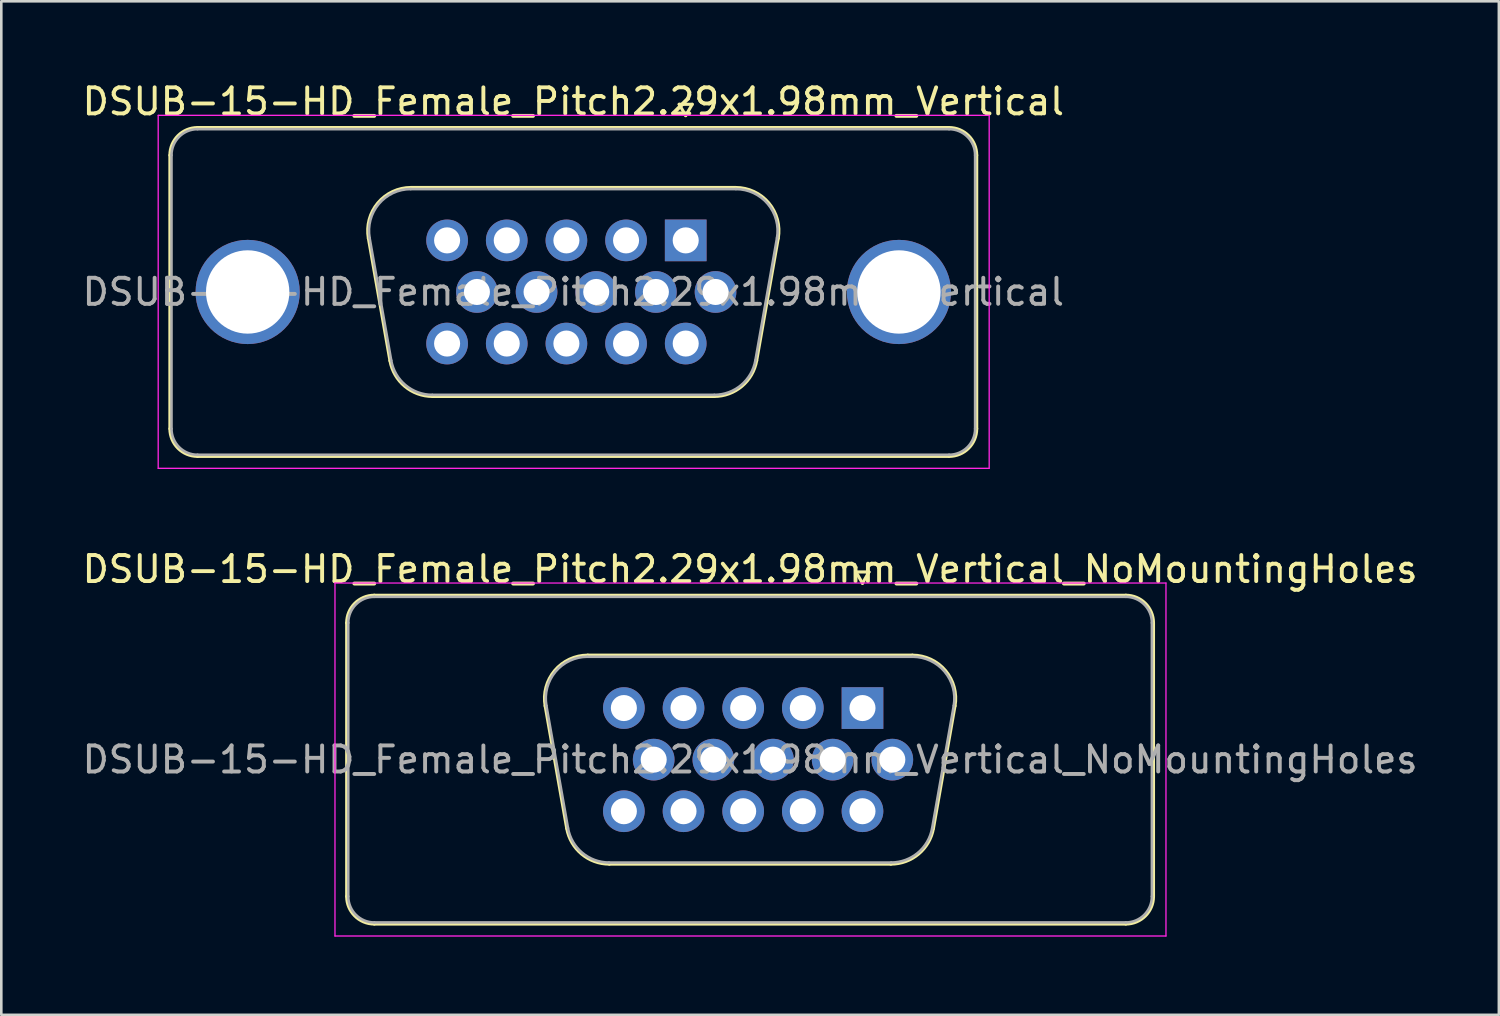
<source format=kicad_pcb>
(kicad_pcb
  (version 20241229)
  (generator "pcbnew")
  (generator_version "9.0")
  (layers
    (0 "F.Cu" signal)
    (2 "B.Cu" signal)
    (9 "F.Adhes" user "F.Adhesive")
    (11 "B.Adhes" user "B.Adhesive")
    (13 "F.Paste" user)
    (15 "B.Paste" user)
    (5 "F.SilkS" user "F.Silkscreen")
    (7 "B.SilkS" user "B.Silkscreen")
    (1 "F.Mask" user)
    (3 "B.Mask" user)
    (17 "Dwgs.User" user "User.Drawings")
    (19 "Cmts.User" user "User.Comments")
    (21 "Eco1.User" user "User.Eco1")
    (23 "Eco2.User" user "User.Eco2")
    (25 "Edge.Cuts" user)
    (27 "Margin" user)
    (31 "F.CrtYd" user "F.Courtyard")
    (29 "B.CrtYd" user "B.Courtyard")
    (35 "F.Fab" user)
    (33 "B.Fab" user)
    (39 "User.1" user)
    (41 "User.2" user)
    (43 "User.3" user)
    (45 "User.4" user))
  (footprint "DSUB-15-HD_Female_Pitch2.29x1.98mm_Vertical"
    (layer "F.Cu")
    (at 23.273 6.178)
    (property "Reference" "DSUB-15-HD_Female_Pitch2.29x1.98mm_Vertical" (at -4.315 -5.33 0) (layer "F.SilkS") (effects (font (size 1 1) (thickness 0.15))))
    (attr through_hole)
    (fp_line (start -19.8 7.23) (end -19.8 -3.27) (stroke (width 0.12) (type solid)) (layer "F.SilkS"))
    (fp_line (start -18.74 -4.33) (end 10.11 -4.33) (stroke (width 0.12) (type solid)) (layer "F.SilkS"))
    (fp_line (start -12.181 -0.082) (end -11.353 4.618) (stroke (width 0.12) (type solid)) (layer "F.SilkS"))
    (fp_line (start -10.547 -2.03) (end 1.917 -2.03) (stroke (width 0.12) (type solid)) (layer "F.SilkS"))
    (fp_line (start -9.718 5.99) (end 1.088 5.99) (stroke (width 0.12) (type solid)) (layer "F.SilkS"))
    (fp_line (start -0.25 -5.224) (end 0.25 -5.224) (stroke (width 0.12) (type solid)) (layer "F.SilkS"))
    (fp_line (start 0 -4.791) (end -0.25 -5.224) (stroke (width 0.12) (type solid)) (layer "F.SilkS"))
    (fp_line (start 0.25 -5.224) (end 0 -4.791) (stroke (width 0.12) (type solid)) (layer "F.SilkS"))
    (fp_line (start 3.551 -0.082) (end 2.723 4.618) (stroke (width 0.12) (type solid)) (layer "F.SilkS"))
    (fp_line (start 10.11 8.29) (end -18.74 8.29) (stroke (width 0.12) (type solid)) (layer "F.SilkS"))
    (fp_line (start 11.17 -3.27) (end 11.17 7.23) (stroke (width 0.12) (type solid)) (layer "F.SilkS"))
    (fp_arc (start -19.8 -3.27) (mid -19.489533 -4.019533) (end -18.74 -4.33) (stroke (width 0.12) (type solid)) (layer "F.SilkS"))
    (fp_arc (start -18.74 8.29) (mid -19.489533 7.979533) (end -19.8 7.23) (stroke (width 0.12) (type solid)) (layer "F.SilkS"))
    (fp_arc (start -12.18147 -0.081744) (mid -11.818323 -1.437028) (end -10.546689 -2.03) (stroke (width 0.12) (type solid)) (layer "F.SilkS"))
    (fp_arc (start -9.717952 5.99) (mid -10.784979 5.601634) (end -11.352733 4.618256) (stroke (width 0.12) (type solid)) (layer "F.SilkS"))
    (fp_arc (start 1.916689 -2.03) (mid 3.188323 -1.437027) (end 3.55147 -0.081744) (stroke (width 0.12) (type solid)) (layer "F.SilkS"))
    (fp_arc (start 2.722733 4.618256) (mid 2.15498 5.601634) (end 1.087952 5.99) (stroke (width 0.12) (type solid)) (layer "F.SilkS"))
    (fp_arc (start 10.11 -4.33) (mid 10.859533 -4.019533) (end 11.17 -3.27) (stroke (width 0.12) (type solid)) (layer "F.SilkS"))
    (fp_arc (start 11.17 7.23) (mid 10.859533 7.979533) (end 10.11 8.29) (stroke (width 0.12) (type solid)) (layer "F.SilkS"))
    (fp_line (start -20.25 -4.8) (end -20.25 8.75) (stroke (width 0.05) (type solid)) (layer "F.CrtYd"))
    (fp_line (start -20.25 8.75) (end 11.65 8.75) (stroke (width 0.05) (type solid)) (layer "F.CrtYd"))
    (fp_line (start 11.65 -4.8) (end -20.25 -4.8) (stroke (width 0.05) (type solid)) (layer "F.CrtYd"))
    (fp_line (start 11.65 8.75) (end 11.65 -4.8) (stroke (width 0.05) (type solid)) (layer "F.CrtYd"))
    (fp_line (start -19.74 7.23) (end -19.74 -3.27) (stroke (width 0.1) (type solid)) (layer "F.Fab"))
    (fp_line (start -18.74 -4.27) (end 10.11 -4.27) (stroke (width 0.1) (type solid)) (layer "F.Fab"))
    (fp_line (start -12.134 -0.092) (end -11.305 4.608) (stroke (width 0.1) (type solid)) (layer "F.Fab"))
    (fp_line (start -10.558 -1.97) (end 1.928 -1.97) (stroke (width 0.1) (type solid)) (layer "F.Fab"))
    (fp_line (start -9.729 5.93) (end 1.099 5.93) (stroke (width 0.1) (type solid)) (layer "F.Fab"))
    (fp_line (start 3.504 -0.092) (end 2.675 4.608) (stroke (width 0.1) (type solid)) (layer "F.Fab"))
    (fp_line (start 10.11 8.23) (end -18.74 8.23) (stroke (width 0.1) (type solid)) (layer "F.Fab"))
    (fp_line (start 11.11 -3.27) (end 11.11 7.23) (stroke (width 0.1) (type solid)) (layer "F.Fab"))
    (fp_arc (start -19.74 -3.27) (mid -19.447107 -3.977107) (end -18.74 -4.27) (stroke (width 0.1) (type solid)) (layer "F.Fab"))
    (fp_arc (start -18.74 8.23) (mid -19.447107 7.937107) (end -19.74 7.23) (stroke (width 0.1) (type solid)) (layer "F.Fab"))
    (fp_arc (start -12.133886 -0.092163) (mid -11.783865 -1.39846) (end -10.558194 -1.97) (stroke (width 0.1) (type solid)) (layer "F.Fab"))
    (fp_arc (start -9.729457 5.93) (mid -10.757917 5.555671) (end -11.305149 4.607837) (stroke (width 0.1) (type solid)) (layer "F.Fab"))
    (fp_arc (start 1.928194 -1.97) (mid 3.153865 -1.39846) (end 3.503886 -0.092163) (stroke (width 0.1) (type solid)) (layer "F.Fab"))
    (fp_arc (start 2.675149 4.607837) (mid 2.127917 5.555671) (end 1.099457 5.93) (stroke (width 0.1) (type solid)) (layer "F.Fab"))
    (fp_arc (start 10.11 -4.27) (mid 10.817107 -3.977107) (end 11.11 -3.27) (stroke (width 0.1) (type solid)) (layer "F.Fab"))
    (fp_arc (start 11.11 7.23) (mid 10.817107 7.937107) (end 10.11 8.23) (stroke (width 0.1) (type solid)) (layer "F.Fab"))
    (fp_text user "${REFERENCE}" (at -4.315 1.98 0) (layer "F.Fab") (effects (font (size 1 1) (thickness 0.15))))
    (pad "0" thru_hole circle (at -16.815 1.98) (size 4 4) (drill 3.2) (layers "*.Cu" "*.Mask"))
    (pad "0" thru_hole circle (at 8.185 1.98) (size 4 4) (drill 3.2) (layers "*.Cu" "*.Mask"))
    (pad "1" thru_hole rect (at 0 0) (size 1.6 1.6) (drill 1) (layers "*.Cu" "*.Mask"))
    (pad "2" thru_hole circle (at -2.29 0) (size 1.6 1.6) (drill 1) (layers "*.Cu" "*.Mask"))
    (pad "3" thru_hole circle (at -4.58 0) (size 1.6 1.6) (drill 1) (layers "*.Cu" "*.Mask"))
    (pad "4" thru_hole circle (at -6.87 0) (size 1.6 1.6) (drill 1) (layers "*.Cu" "*.Mask"))
    (pad "5" thru_hole circle (at -9.16 0) (size 1.6 1.6) (drill 1) (layers "*.Cu" "*.Mask"))
    (pad "6" thru_hole circle (at 1.145 1.98) (size 1.6 1.6) (drill 1) (layers "*.Cu" "*.Mask"))
    (pad "7" thru_hole circle (at -1.145 1.98) (size 1.6 1.6) (drill 1) (layers "*.Cu" "*.Mask"))
    (pad "8" thru_hole circle (at -3.435 1.98) (size 1.6 1.6) (drill 1) (layers "*.Cu" "*.Mask"))
    (pad "9" thru_hole circle (at -5.725 1.98) (size 1.6 1.6) (drill 1) (layers "*.Cu" "*.Mask"))
    (pad "10" thru_hole circle (at -8.015 1.98) (size 1.6 1.6) (drill 1) (layers "*.Cu" "*.Mask"))
    (pad "11" thru_hole circle (at 0 3.96) (size 1.6 1.6) (drill 1) (layers "*.Cu" "*.Mask"))
    (pad "12" thru_hole circle (at -2.29 3.96) (size 1.6 1.6) (drill 1) (layers "*.Cu" "*.Mask"))
    (pad "13" thru_hole circle (at -4.58 3.96) (size 1.6 1.6) (drill 1) (layers "*.Cu" "*.Mask"))
    (pad "14" thru_hole circle (at -6.87 3.96) (size 1.6 1.6) (drill 1) (layers "*.Cu" "*.Mask"))
    (pad "15" thru_hole circle (at -9.16 3.96) (size 1.6 1.6) (drill 1) (layers "*.Cu" "*.Mask")))
  (footprint "DSUB-15-HD_Female_Pitch2.29x1.98mm_Vertical_NoMountingHoles"
    (layer "F.Cu")
    (at 30.059 24.131)
    (property "Reference" "DSUB-15-HD_Female_Pitch2.29x1.98mm_Vertical_NoMountingHoles" (at -4.315 -5.33 0) (layer "F.SilkS") (effects (font (size 1 1) (thickness 0.15))))
    (attr through_hole)
    (fp_line (start -19.8 7.23) (end -19.8 -3.27) (stroke (width 0.12) (type solid)) (layer "F.SilkS"))
    (fp_line (start -18.74 -4.33) (end 10.11 -4.33) (stroke (width 0.12) (type solid)) (layer "F.SilkS"))
    (fp_line (start -12.181 -0.082) (end -11.353 4.618) (stroke (width 0.12) (type solid)) (layer "F.SilkS"))
    (fp_line (start -10.547 -2.03) (end 1.917 -2.03) (stroke (width 0.12) (type solid)) (layer "F.SilkS"))
    (fp_line (start -9.718 5.99) (end 1.088 5.99) (stroke (width 0.12) (type solid)) (layer "F.SilkS"))
    (fp_line (start -0.25 -5.224) (end 0.25 -5.224) (stroke (width 0.12) (type solid)) (layer "F.SilkS"))
    (fp_line (start 0 -4.791) (end -0.25 -5.224) (stroke (width 0.12) (type solid)) (layer "F.SilkS"))
    (fp_line (start 0.25 -5.224) (end 0 -4.791) (stroke (width 0.12) (type solid)) (layer "F.SilkS"))
    (fp_line (start 3.551 -0.082) (end 2.723 4.618) (stroke (width 0.12) (type solid)) (layer "F.SilkS"))
    (fp_line (start 10.11 8.29) (end -18.74 8.29) (stroke (width 0.12) (type solid)) (layer "F.SilkS"))
    (fp_line (start 11.17 -3.27) (end 11.17 7.23) (stroke (width 0.12) (type solid)) (layer "F.SilkS"))
    (fp_arc (start -19.8 -3.27) (mid -19.489533 -4.019533) (end -18.74 -4.33) (stroke (width 0.12) (type solid)) (layer "F.SilkS"))
    (fp_arc (start -18.74 8.29) (mid -19.489533 7.979533) (end -19.8 7.23) (stroke (width 0.12) (type solid)) (layer "F.SilkS"))
    (fp_arc (start -12.18147 -0.081744) (mid -11.818323 -1.437028) (end -10.546689 -2.03) (stroke (width 0.12) (type solid)) (layer "F.SilkS"))
    (fp_arc (start -9.717952 5.99) (mid -10.784979 5.601634) (end -11.352733 4.618256) (stroke (width 0.12) (type solid)) (layer "F.SilkS"))
    (fp_arc (start 1.916689 -2.03) (mid 3.188323 -1.437027) (end 3.55147 -0.081744) (stroke (width 0.12) (type solid)) (layer "F.SilkS"))
    (fp_arc (start 2.722733 4.618256) (mid 2.15498 5.601634) (end 1.087952 5.99) (stroke (width 0.12) (type solid)) (layer "F.SilkS"))
    (fp_arc (start 10.11 -4.33) (mid 10.859533 -4.019533) (end 11.17 -3.27) (stroke (width 0.12) (type solid)) (layer "F.SilkS"))
    (fp_arc (start 11.17 7.23) (mid 10.859533 7.979533) (end 10.11 8.29) (stroke (width 0.12) (type solid)) (layer "F.SilkS"))
    (fp_line (start -20.25 -4.8) (end -20.25 8.75) (stroke (width 0.05) (type solid)) (layer "F.CrtYd"))
    (fp_line (start -20.25 8.75) (end 11.65 8.75) (stroke (width 0.05) (type solid)) (layer "F.CrtYd"))
    (fp_line (start 11.65 -4.8) (end -20.25 -4.8) (stroke (width 0.05) (type solid)) (layer "F.CrtYd"))
    (fp_line (start 11.65 8.75) (end 11.65 -4.8) (stroke (width 0.05) (type solid)) (layer "F.CrtYd"))
    (fp_line (start -19.74 7.23) (end -19.74 -3.27) (stroke (width 0.1) (type solid)) (layer "F.Fab"))
    (fp_line (start -18.74 -4.27) (end 10.11 -4.27) (stroke (width 0.1) (type solid)) (layer "F.Fab"))
    (fp_line (start -12.134 -0.092) (end -11.305 4.608) (stroke (width 0.1) (type solid)) (layer "F.Fab"))
    (fp_line (start -10.558 -1.97) (end 1.928 -1.97) (stroke (width 0.1) (type solid)) (layer "F.Fab"))
    (fp_line (start -9.729 5.93) (end 1.099 5.93) (stroke (width 0.1) (type solid)) (layer "F.Fab"))
    (fp_line (start 3.504 -0.092) (end 2.675 4.608) (stroke (width 0.1) (type solid)) (layer "F.Fab"))
    (fp_line (start 10.11 8.23) (end -18.74 8.23) (stroke (width 0.1) (type solid)) (layer "F.Fab"))
    (fp_line (start 11.11 -3.27) (end 11.11 7.23) (stroke (width 0.1) (type solid)) (layer "F.Fab"))
    (fp_arc (start -19.74 -3.27) (mid -19.447107 -3.977107) (end -18.74 -4.27) (stroke (width 0.1) (type solid)) (layer "F.Fab"))
    (fp_arc (start -18.74 8.23) (mid -19.447107 7.937107) (end -19.74 7.23) (stroke (width 0.1) (type solid)) (layer "F.Fab"))
    (fp_arc (start -12.133886 -0.092163) (mid -11.783865 -1.39846) (end -10.558194 -1.97) (stroke (width 0.1) (type solid)) (layer "F.Fab"))
    (fp_arc (start -9.729457 5.93) (mid -10.757917 5.555671) (end -11.305149 4.607837) (stroke (width 0.1) (type solid)) (layer "F.Fab"))
    (fp_arc (start 1.928194 -1.97) (mid 3.153865 -1.39846) (end 3.503886 -0.092163) (stroke (width 0.1) (type solid)) (layer "F.Fab"))
    (fp_arc (start 2.675149 4.607837) (mid 2.127917 5.555671) (end 1.099457 5.93) (stroke (width 0.1) (type solid)) (layer "F.Fab"))
    (fp_arc (start 10.11 -4.27) (mid 10.817107 -3.977107) (end 11.11 -3.27) (stroke (width 0.1) (type solid)) (layer "F.Fab"))
    (fp_arc (start 11.11 7.23) (mid 10.817107 7.937107) (end 10.11 8.23) (stroke (width 0.1) (type solid)) (layer "F.Fab"))
    (fp_text user "${REFERENCE}" (at -4.315 1.98 0) (layer "F.Fab") (effects (font (size 1 1) (thickness 0.15))))
    (pad "1" thru_hole rect (at 0 0) (size 1.6 1.6) (drill 1) (layers "*.Cu" "*.Mask"))
    (pad "2" thru_hole circle (at -2.29 0) (size 1.6 1.6) (drill 1) (layers "*.Cu" "*.Mask"))
    (pad "3" thru_hole circle (at -4.58 0) (size 1.6 1.6) (drill 1) (layers "*.Cu" "*.Mask"))
    (pad "4" thru_hole circle (at -6.87 0) (size 1.6 1.6) (drill 1) (layers "*.Cu" "*.Mask"))
    (pad "5" thru_hole circle (at -9.16 0) (size 1.6 1.6) (drill 1) (layers "*.Cu" "*.Mask"))
    (pad "6" thru_hole circle (at 1.145 1.98) (size 1.6 1.6) (drill 1) (layers "*.Cu" "*.Mask"))
    (pad "7" thru_hole circle (at -1.145 1.98) (size 1.6 1.6) (drill 1) (layers "*.Cu" "*.Mask"))
    (pad "8" thru_hole circle (at -3.435 1.98) (size 1.6 1.6) (drill 1) (layers "*.Cu" "*.Mask"))
    (pad "9" thru_hole circle (at -5.725 1.98) (size 1.6 1.6) (drill 1) (layers "*.Cu" "*.Mask"))
    (pad "10" thru_hole circle (at -8.015 1.98) (size 1.6 1.6) (drill 1) (layers "*.Cu" "*.Mask"))
    (pad "11" thru_hole circle (at 0 3.96) (size 1.6 1.6) (drill 1) (layers "*.Cu" "*.Mask"))
    (pad "12" thru_hole circle (at -2.29 3.96) (size 1.6 1.6) (drill 1) (layers "*.Cu" "*.Mask"))
    (pad "13" thru_hole circle (at -4.58 3.96) (size 1.6 1.6) (drill 1) (layers "*.Cu" "*.Mask"))
    (pad "14" thru_hole circle (at -6.87 3.96) (size 1.6 1.6) (drill 1) (layers "*.Cu" "*.Mask"))
    (pad "15" thru_hole circle (at -9.16 3.96) (size 1.6 1.6) (drill 1) (layers "*.Cu" "*.Mask")))
  (gr_rect
    (start -3 -3)
    (end 54.488 35.907)
    (stroke (width 0.1) (type default))
    (fill no)
    (layer "Edge.Cuts")))
</source>
